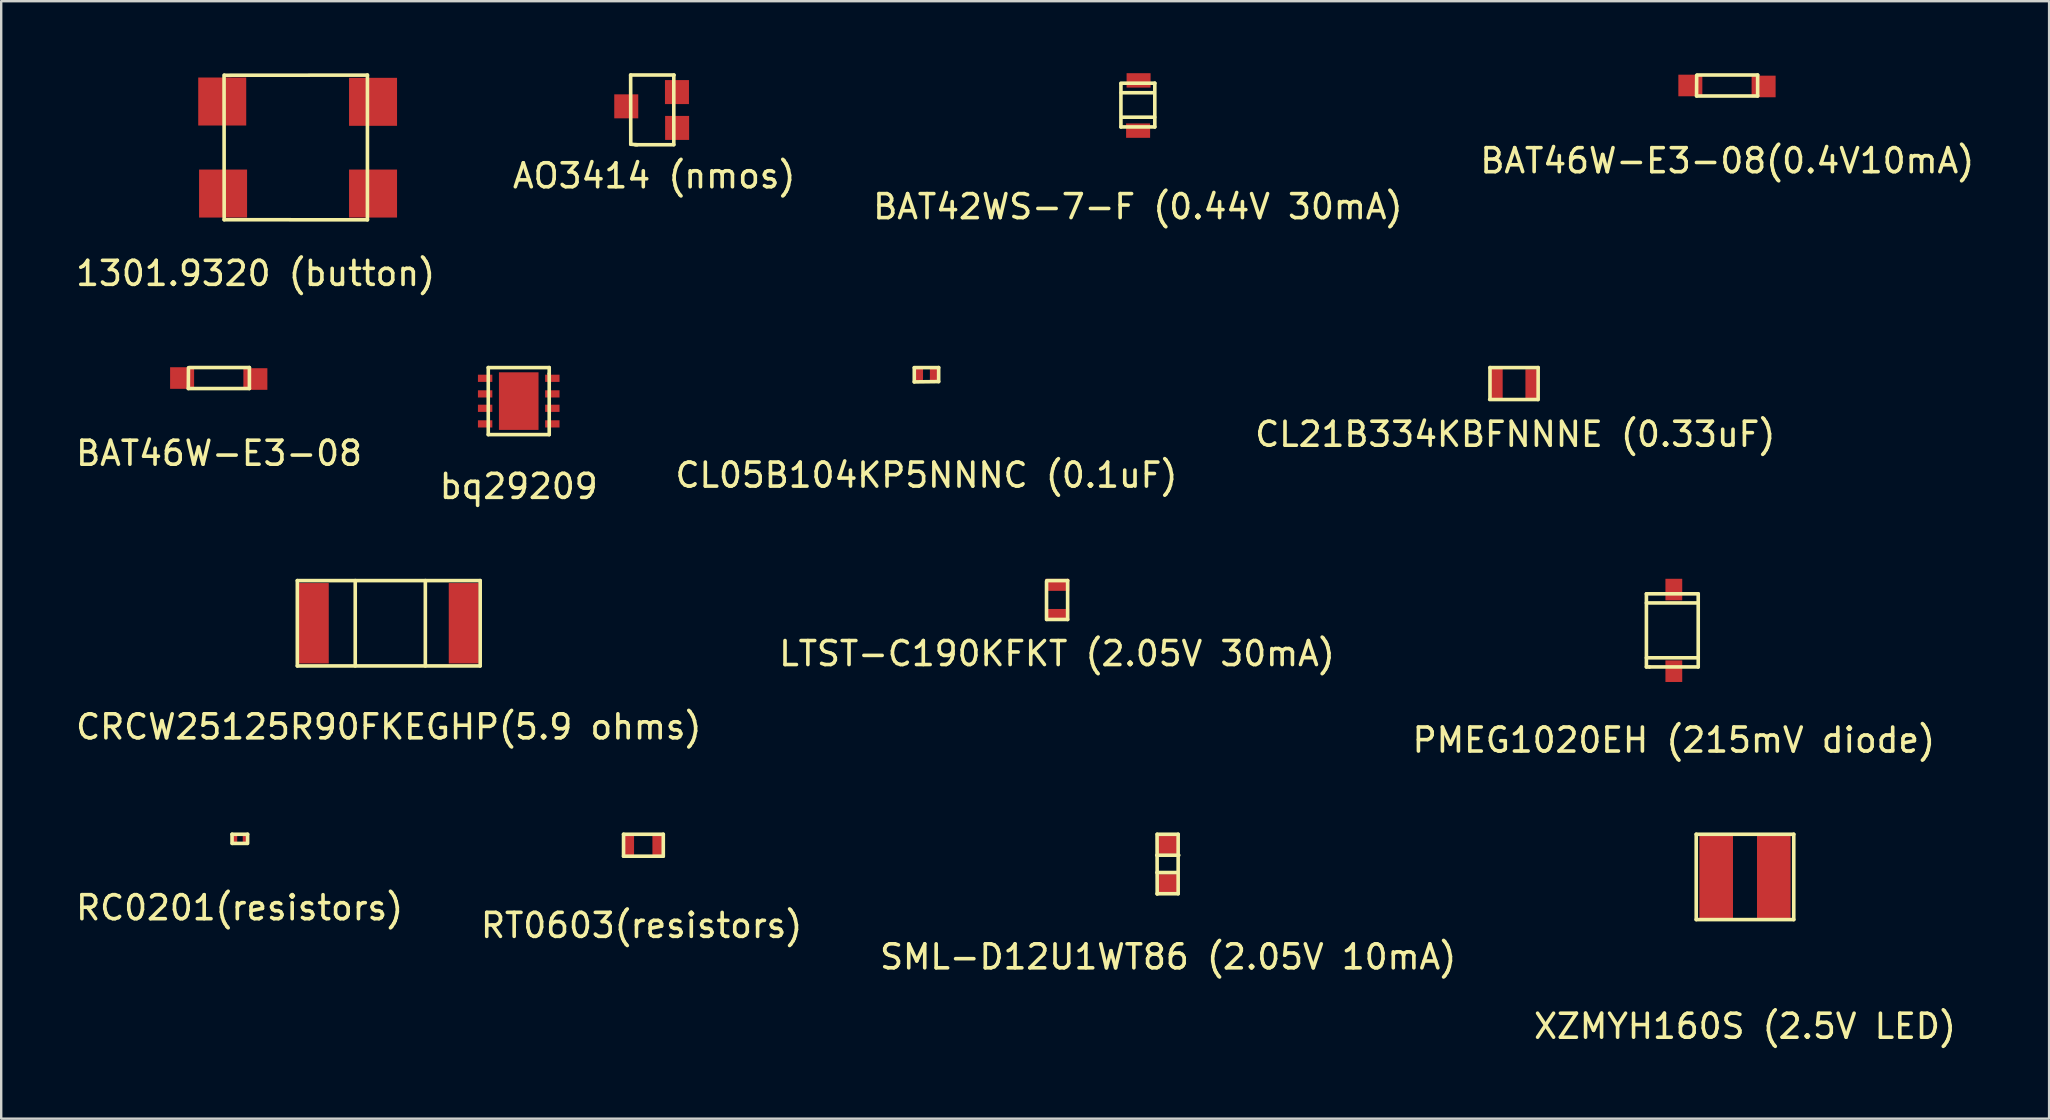
<source format=kicad_pcb>
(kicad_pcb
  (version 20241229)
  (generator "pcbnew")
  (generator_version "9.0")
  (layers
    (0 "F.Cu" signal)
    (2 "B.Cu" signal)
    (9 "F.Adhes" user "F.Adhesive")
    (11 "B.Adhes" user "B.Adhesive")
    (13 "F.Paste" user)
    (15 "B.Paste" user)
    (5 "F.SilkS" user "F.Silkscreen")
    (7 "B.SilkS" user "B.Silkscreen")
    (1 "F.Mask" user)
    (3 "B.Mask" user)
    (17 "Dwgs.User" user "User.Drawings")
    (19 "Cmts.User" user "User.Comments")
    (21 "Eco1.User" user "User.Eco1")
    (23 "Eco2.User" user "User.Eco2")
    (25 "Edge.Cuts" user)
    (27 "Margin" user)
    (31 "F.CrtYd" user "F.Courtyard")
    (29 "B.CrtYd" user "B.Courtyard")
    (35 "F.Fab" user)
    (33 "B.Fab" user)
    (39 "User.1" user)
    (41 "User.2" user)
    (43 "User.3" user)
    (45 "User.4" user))
  (footprint "XZMYH160S (2.5V LED)"
    (layer "F.Cu")
    (at 69.661 33.49)
    (property "Reference" "XZMYH160S (2.5V LED)" (at 0 6.223 0) (layer "F.SilkS") (effects (font (size 1 1) (thickness 0.15))))
    (attr through_hole)
    (fp_line (start -2.032 -1.778) (end 2.032 -1.778) (stroke (width 0.15) (type solid)) (layer "F.SilkS"))
    (fp_line (start -2.032 1.778) (end -2.032 -1.778) (stroke (width 0.15) (type solid)) (layer "F.SilkS"))
    (fp_line (start 2.032 -1.778) (end 2.032 1.778) (stroke (width 0.15) (type solid)) (layer "F.SilkS"))
    (fp_line (start 2.032 1.778) (end -2.032 1.778) (stroke (width 0.15) (type solid)) (layer "F.SilkS"))
    (pad "1" smd rect (at -1.2 0) (size 1.4 3.45) (layers "F.Cu" "F.Mask" "F.Paste"))
    (pad "2" smd rect (at 1.2 0) (size 1.4 3.45) (layers "F.Cu" "F.Mask" "F.Paste")))
  (footprint "AO3414 (nmos)"
    (layer "F.Cu")
    (at 24.178 1.066)
    (property "Reference" "AO3414 (nmos)" (at 0.03 3.211 0) (layer "F.SilkS") (effects (font (size 1 1) (thickness 0.15))))
    (attr through_hole)
    (fp_line (start -0.95 -0.991) (end -0.945 1.895) (stroke (width 0.15) (type solid)) (layer "F.SilkS"))
    (fp_line (start -0.945 1.895) (end -0.681 1.915) (stroke (width 0.15) (type solid)) (layer "F.SilkS"))
    (fp_line (start 0.848 -0.986) (end 0.848 1.91) (stroke (width 0.15) (type solid)) (layer "F.SilkS"))
    (fp_line (start 0.848 1.915) (end -0.757 1.915) (stroke (width 0.15) (type solid)) (layer "F.SilkS"))
    (fp_line (start 0.859 -0.991) (end -0.95 -0.991) (stroke (width 0.15) (type solid)) (layer "F.SilkS"))
    (pad "1" smd rect (at -1.133 0.315) (size 1 1) (layers "F.Cu" "F.Mask" "F.Paste"))
    (pad "2" smd rect (at 0.986 1.214) (size 1 1) (layers "F.Cu" "F.Mask" "F.Paste"))
    (pad "3" smd rect (at 0.98 -0.279) (size 1 1) (layers "F.Cu" "F.Mask" "F.Paste")))
  (footprint "BAT42WS-7-F (0.44V 30mA)"
    (layer "F.Cu")
    (at 44.373 1.341)
    (property "Reference" "BAT42WS-7-F (0.44V 30mA)" (at -0.01 4.221 0) (layer "F.SilkS") (effects (font (size 1 1) (thickness 0.15))))
    (attr through_hole)
    (fp_line (start -0.716 -0.899) (end -0.716 0.899) (stroke (width 0.15) (type solid)) (layer "F.SilkS"))
    (fp_line (start -0.716 0.899) (end 0.696 0.899) (stroke (width 0.15) (type solid)) (layer "F.SilkS"))
    (fp_line (start -0.701 -0.528) (end 0.671 -0.528) (stroke (width 0.15) (type solid)) (layer "F.SilkS"))
    (fp_line (start -0.686 0.493) (end 0.691 0.493) (stroke (width 0.15) (type solid)) (layer "F.SilkS"))
    (fp_line (start 0.696 -0.925) (end -0.716 -0.925) (stroke (width 0.15) (type solid)) (layer "F.SilkS"))
    (fp_line (start 0.696 0.899) (end 0.696 -0.925) (stroke (width 0.15) (type solid)) (layer "F.SilkS"))
    (pad "1" smd rect (at 0.02 -1.041) (size 1 0.6) (layers "F.Cu" "F.Mask" "F.Paste"))
    (pad "2" smd rect (at 0 1.052) (size 1 0.6) (layers "F.Cu" "F.Mask" "F.Paste")))
  (footprint "CL21B334KBFNNNE (0.33uF)"
    (layer "F.Cu")
    (at 60.089 12.888)
    (property "Reference" "CL21B334KBFNNNE (0.33uF)" (at 0 2.159 0) (layer "F.SilkS") (effects (font (size 1 1) (thickness 0.15))))
    (attr through_hole)
    (fp_line (start -1.067 0.711) (end 0.94 0.711) (stroke (width 0.15) (type solid)) (layer "F.SilkS"))
    (fp_line (start -1.054 -0.622) (end -1.054 0.686) (stroke (width 0.15) (type solid)) (layer "F.SilkS"))
    (fp_line (start 0.953 -0.622) (end -1.054 -0.622) (stroke (width 0.15) (type solid)) (layer "F.SilkS"))
    (fp_line (start 0.953 0.711) (end 0.953 -0.622) (stroke (width 0.15) (type solid)) (layer "F.SilkS"))
    (pad "1" smd rect (at -0.775 0.064) (size 0.5 1.25) (layers "F.Cu" "F.Mask" "F.Paste"))
    (pad "2" smd rect (at 0.673 0.076) (size 0.5 1.25) (layers "F.Cu" "F.Mask" "F.Paste")))
  (footprint "RC0201(resistors)"
    (layer "F.Cu")
    (at 6.947 31.905)
    (property "Reference" "RC0201(resistors)" (at -0.013 2.87 0) (layer "F.SilkS") (effects (font (size 1 1) (thickness 0.15))))
    (attr through_hole)
    (fp_line (start -0.328 -0.193) (end -0.328 0.188) (stroke (width 0.15) (type solid)) (layer "F.SilkS"))
    (fp_line (start -0.315 0.188) (end 0.295 0.188) (stroke (width 0.15) (type solid)) (layer "F.SilkS"))
    (fp_line (start 0.32 -0.193) (end -0.328 -0.193) (stroke (width 0.15) (type solid)) (layer "F.SilkS"))
    (fp_line (start 0.32 0.188) (end 0.32 -0.193) (stroke (width 0.15) (type solid)) (layer "F.SilkS"))
    (pad "1" smd rect (at -0.213 -0.015) (size 0.2 0.33) (layers "F.Cu" "F.Mask" "F.Paste"))
    (pad "2" smd rect (at 0.218 -0.015) (size 0.2 0.33) (layers "F.Cu" "F.Mask" "F.Paste")))
  (footprint "CRCW25125R90FKEGHP(5.9 ohms)"
    (layer "F.Cu")
    (at 13.149 22.92)
    (property "Reference" "CRCW25125R90FKEGHP(5.9 ohms)" (at 0 4.318 0) (layer "F.SilkS") (effects (font (size 1 1) (thickness 0.15))))
    (attr through_hole)
    (fp_line (start -3.81 -1.778) (end 3.81 -1.778) (stroke (width 0.15) (type solid)) (layer "F.SilkS"))
    (fp_line (start -3.81 1.778) (end -3.81 -1.778) (stroke (width 0.15) (type solid)) (layer "F.SilkS"))
    (fp_line (start -1.397 -1.778) (end -1.397 1.778) (stroke (width 0.15) (type solid)) (layer "F.SilkS"))
    (fp_line (start 1.524 -1.778) (end 1.524 1.778) (stroke (width 0.15) (type solid)) (layer "F.SilkS"))
    (fp_line (start 3.81 -1.778) (end 3.81 1.778) (stroke (width 0.15) (type solid)) (layer "F.SilkS"))
    (fp_line (start 3.81 1.778) (end -3.81 1.778) (stroke (width 0.15) (type solid)) (layer "F.SilkS"))
    (pad "1" smd rect (at -3.125 0) (size 1.25 3.35) (layers "F.Cu" "F.Mask" "F.Paste"))
    (pad "2" smd rect (at 3.125 0) (size 1.25 3.35) (layers "F.Cu" "F.Mask" "F.Paste")))
  (footprint "RT0603(resistors)"
    (layer "F.Cu")
    (at 23.801 32.586)
    (property "Reference" "RT0603(resistors)" (at -0.117 2.926 0) (layer "F.SilkS") (effects (font (size 1 1) (thickness 0.15))))
    (attr through_hole)
    (fp_line (start -0.869 -0.874) (end 0.787 -0.874) (stroke (width 0.15) (type solid)) (layer "F.SilkS"))
    (fp_line (start -0.869 0.041) (end -0.869 -0.874) (stroke (width 0.15) (type solid)) (layer "F.SilkS"))
    (fp_line (start 0.787 -0.874) (end 0.787 0.041) (stroke (width 0.15) (type solid)) (layer "F.SilkS"))
    (fp_line (start 0.787 0.041) (end -0.869 0.041) (stroke (width 0.15) (type solid)) (layer "F.SilkS"))
    (pad "1" smd rect (at -0.681 -0.422) (size 0.5 1) (layers "F.Cu" "F.Mask" "F.Paste"))
    (pad "2" smd rect (at 0.584 -0.406) (size 0.5 1) (layers "F.Cu" "F.Mask" "F.Paste")))
  (footprint "bq29209"
    (layer "F.Cu")
    (at 18.565 13.663)
    (property "Reference" "bq29209" (at 0 3.556 0) (layer "F.SilkS") (effects (font (size 1 1) (thickness 0.15))))
    (attr through_hole)
    (fp_line (start -1.27 -1.397) (end 1.27 -1.397) (stroke (width 0.15) (type solid)) (layer "F.SilkS"))
    (fp_line (start -1.27 1.397) (end -1.27 -1.397) (stroke (width 0.15) (type solid)) (layer "F.SilkS"))
    (fp_line (start 1.27 -1.397) (end 1.27 -1.143) (stroke (width 0.15) (type solid)) (layer "F.SilkS"))
    (fp_line (start 1.27 -1.143) (end 1.27 1.397) (stroke (width 0.15) (type solid)) (layer "F.SilkS"))
    (fp_line (start 1.27 1.397) (end -1.27 1.397) (stroke (width 0.15) (type solid)) (layer "F.SilkS"))
    (pad "1" smd rect (at -1.4 -0.95) (size 0.6 0.3) (layers "F.Cu" "F.Mask" "F.Paste"))
    (pad "2" smd rect (at -1.4 -0.3) (size 0.6 0.3) (layers "F.Cu" "F.Mask" "F.Paste"))
    (pad "3" smd rect (at -1.4 0.3) (size 0.6 0.3) (layers "F.Cu" "F.Mask" "F.Paste"))
    (pad "4" smd rect (at -1.4 0.95) (size 0.6 0.3) (layers "F.Cu" "F.Mask" "F.Paste"))
    (pad "5" smd rect (at 1.4 0.95) (size 0.6 0.3) (layers "F.Cu" "F.Mask" "F.Paste"))
    (pad "7" smd rect (at 1.4 -0.3) (size 0.6 0.3) (layers "F.Cu" "F.Mask" "F.Paste"))
    (pad "7" smd rect (at 1.4 0.3) (size 0.6 0.3) (layers "F.Cu" "F.Mask" "F.Paste"))
    (pad "8" smd rect (at 1.4 -0.95) (size 0.6 0.3) (layers "F.Cu" "F.Mask" "F.Paste"))
    (pad "9" smd rect (at 0 0) (size 1.65 2.4) (layers "F.Cu" "F.Mask" "F.Paste")))
  (footprint "CL05B104KP5NNNC (0.1uF)"
    (layer "F.Cu")
    (at 35.554 12.558)
    (property "Reference" "CL05B104KP5NNNC (0.1uF)" (at 0 4.191 0) (layer "F.SilkS") (effects (font (size 1 1) (thickness 0.15))))
    (attr through_hole)
    (fp_line (start -0.508 -0.279) (end -0.508 0.305) (stroke (width 0.15) (type solid)) (layer "F.SilkS"))
    (fp_line (start -0.508 0.305) (end 0.508 0.292) (stroke (width 0.15) (type solid)) (layer "F.SilkS"))
    (fp_line (start 0.508 -0.292) (end -0.508 -0.292) (stroke (width 0.15) (type solid)) (layer "F.SilkS"))
    (fp_line (start 0.508 0.292) (end 0.508 -0.292) (stroke (width 0.15) (type solid)) (layer "F.SilkS"))
    (pad "1" smd rect (at -0.318 0.013) (size 0.35 0.55) (layers "F.Cu" "F.Mask" "F.Paste"))
    (pad "2" smd rect (at 0.318 0.013) (size 0.35 0.55) (layers "F.Cu" "F.Mask" "F.Paste")))
  (footprint "BAT46W-E3-08"
    (layer "F.Cu")
    (at 6.082 13.124)
    (property "Reference" "BAT46W-E3-08" (at -0.005 2.713 0) (layer "F.SilkS") (effects (font (size 1 1) (thickness 0.15))))
    (attr through_hole)
    (fp_line (start -1.285 0.015) (end -1.28 -0.848) (stroke (width 0.15) (type solid)) (layer "F.SilkS"))
    (fp_line (start -1.255 -0.859) (end 1.26 -0.859) (stroke (width 0.15) (type solid)) (layer "F.SilkS"))
    (fp_line (start 1.26 -0.859) (end 1.26 0.015) (stroke (width 0.15) (type solid)) (layer "F.SilkS"))
    (fp_line (start 1.26 0.015) (end -1.285 0.015) (stroke (width 0.15) (type solid)) (layer "F.SilkS"))
    (pad "1" smd rect (at -1.544 -0.422) (size 1 0.9) (layers "F.Cu" "F.Mask" "F.Paste"))
    (pad "2" smd rect (at 1.509 -0.381) (size 1 0.9) (layers "F.Cu" "F.Mask" "F.Paste")))
  (footprint "PMEG1020EH (215mV diode)"
    (layer "F.Cu")
    (at 66.696 23.217)
    (property "Reference" "PMEG1020EH (215mV diode)" (at 0 4.572 0) (layer "F.SilkS") (effects (font (size 1 1) (thickness 0.15))))
    (attr through_hole)
    (fp_line (start -1.143 -1.524) (end -1.143 1.524) (stroke (width 0.15) (type solid)) (layer "F.SilkS"))
    (fp_line (start -1.143 -1.143) (end 1.016 -1.143) (stroke (width 0.15) (type solid)) (layer "F.SilkS"))
    (fp_line (start -1.143 1.524) (end -1.016 1.524) (stroke (width 0.15) (type solid)) (layer "F.SilkS"))
    (fp_line (start -1.016 1.524) (end 1.016 1.524) (stroke (width 0.15) (type solid)) (layer "F.SilkS"))
    (fp_line (start 1.016 -1.524) (end -1.143 -1.524) (stroke (width 0.15) (type solid)) (layer "F.SilkS"))
    (fp_line (start 1.016 1.143) (end -1.143 1.143) (stroke (width 0.15) (type solid)) (layer "F.SilkS"))
    (fp_line (start 1.016 1.524) (end 1.016 -1.524) (stroke (width 0.15) (type solid)) (layer "F.SilkS"))
    (pad "1" smd rect (at 0 -1.7) (size 0.7 0.9) (layers "F.Cu" "F.Mask" "F.Paste"))
    (pad "2" smd rect (at 0 1.7) (size 0.7 0.9) (layers "F.Cu" "F.Mask" "F.Paste")))
  (footprint "SML-D12U1WT86 (2.05V 10mA)"
    (layer "F.Cu")
    (at 45.625 32.957)
    (property "Reference" "SML-D12U1WT86 (2.05V 10mA)" (at 0 3.866 0) (layer "F.SilkS") (effects (font (size 1 1) (thickness 0.15))))
    (attr through_hole)
    (fp_line (start -0.472 -0.371) (end 0.442 -0.371) (stroke (width 0.15) (type solid)) (layer "F.SilkS"))
    (fp_line (start -0.467 0.351) (end 0.371 0.351) (stroke (width 0.15) (type solid)) (layer "F.SilkS"))
    (fp_line (start -0.462 -1.245) (end -0.457 1.245) (stroke (width 0.15) (type solid)) (layer "F.SilkS"))
    (fp_line (start -0.462 1.234) (end 0.417 1.234) (stroke (width 0.15) (type solid)) (layer "F.SilkS"))
    (fp_line (start 0.417 -1.245) (end -0.452 -1.245) (stroke (width 0.15) (type solid)) (layer "F.SilkS"))
    (fp_line (start 0.417 1.234) (end 0.417 -1.245) (stroke (width 0.15) (type solid)) (layer "F.SilkS"))
    (pad "1" smd rect (at -0.02 -0.828) (size 0.8 0.8) (layers "F.Cu" "F.Mask" "F.Paste"))
    (pad "2" smd rect (at -0.01 0.818) (size 0.8 0.8) (layers "F.Cu" "F.Mask" "F.Paste")))
  (footprint "BAT46W-E3-08(0.4V10mA)"
    (layer "F.Cu")
    (at 68.928 0.934)
    (property "Reference" "BAT46W-E3-08(0.4V10mA)" (at -0.005 2.713 0) (layer "F.SilkS") (effects (font (size 1 1) (thickness 0.15))))
    (attr through_hole)
    (fp_line (start -1.285 0.015) (end -1.28 -0.848) (stroke (width 0.15) (type solid)) (layer "F.SilkS"))
    (fp_line (start -1.255 -0.859) (end 1.26 -0.859) (stroke (width 0.15) (type solid)) (layer "F.SilkS"))
    (fp_line (start 1.26 -0.859) (end 1.26 0.015) (stroke (width 0.15) (type solid)) (layer "F.SilkS"))
    (fp_line (start 1.26 0.015) (end -1.285 0.015) (stroke (width 0.15) (type solid)) (layer "F.SilkS"))
    (pad "1" smd rect (at -1.544 -0.422) (size 1 0.9) (layers "F.Cu" "F.Mask" "F.Paste"))
    (pad "2" smd rect (at 1.509 -0.381) (size 1 0.9) (layers "F.Cu" "F.Mask" "F.Paste")))
  (footprint "1301.9320 (button)"
    (layer "F.Cu")
    (at 7.571 1.279)
    (property "Reference" "1301.9320 (button)" (at 0.03 7.064 0) (layer "F.SilkS") (effects (font (size 1 1) (thickness 0.15))))
    (attr through_hole)
    (fp_line (start -1.28 4.826) (end -1.285 -1.199) (stroke (width 0.15) (type solid)) (layer "F.SilkS"))
    (fp_line (start -1.26 -1.194) (end 4.689 -1.199) (stroke (width 0.15) (type solid)) (layer "F.SilkS"))
    (fp_line (start 4.689 -1.204) (end 4.689 4.831) (stroke (width 0.15) (type solid)) (layer "F.SilkS"))
    (fp_line (start 4.689 4.831) (end -1.28 4.826) (stroke (width 0.15) (type solid)) (layer "F.SilkS"))
    (pad "1" smd rect (at -1.361 -0.099) (size 2 2) (layers "F.Cu" "F.Mask" "F.Paste"))
    (pad "2" smd rect (at 4.923 -0.086) (size 2 2) (layers "F.Cu" "F.Mask" "F.Paste"))
    (pad "3" smd rect (at -1.326 3.736) (size 2 2) (layers "F.Cu" "F.Mask" "F.Paste"))
    (pad "3" smd rect (at 4.923 3.736) (size 2 2) (layers "F.Cu" "F.Mask" "F.Paste")))
  (footprint "LTST-C190KFKT (2.05V 30mA)"
    (layer "F.Cu")
    (at 40.999 21.955)
    (property "Reference" "LTST-C190KFKT (2.05V 30mA)" (at -0.005 2.23 0) (layer "F.SilkS") (effects (font (size 1 1) (thickness 0.15))))
    (attr through_hole)
    (fp_line (start -0.442 -0.782) (end -0.442 0.808) (stroke (width 0.15) (type solid)) (layer "F.SilkS"))
    (fp_line (start -0.417 0.808) (end 0.437 0.808) (stroke (width 0.15) (type solid)) (layer "F.SilkS"))
    (fp_line (start 0.437 -0.813) (end -0.427 -0.813) (stroke (width 0.15) (type solid)) (layer "F.SilkS"))
    (fp_line (start 0.437 0.808) (end 0.437 -0.813) (stroke (width 0.15) (type solid)) (layer "F.SilkS"))
    (pad "1" smd rect (at 0.005 -0.635) (size 1 0.5) (layers "F.Cu" "F.Mask" "F.Paste"))
    (pad "2" smd rect (at 0 0.62) (size 1 0.5) (layers "F.Cu" "F.Mask" "F.Paste")))
  (gr_rect
    (start -3 -3)
    (end 82.333 43.562)
    (stroke (width 0.1) (type default))
    (fill no)
    (layer "Edge.Cuts")))
</source>
